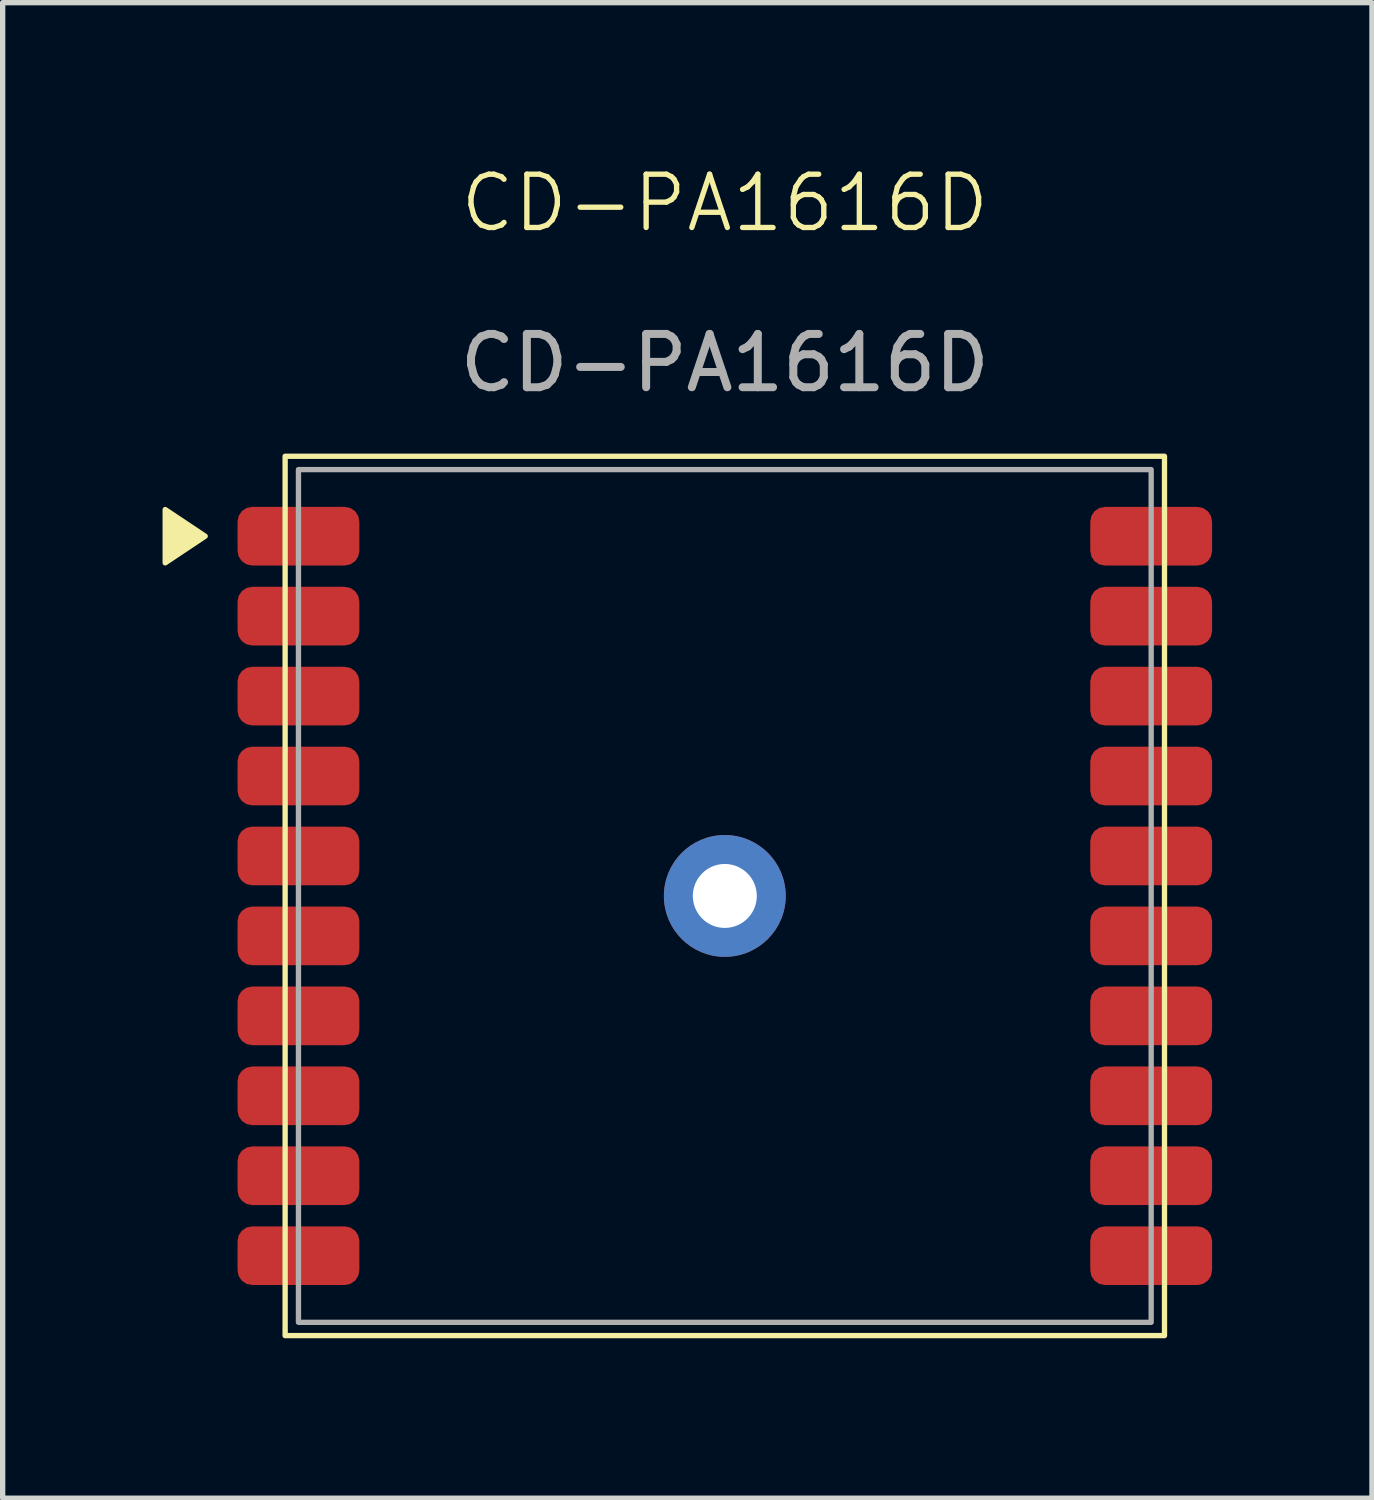
<source format=kicad_pcb>
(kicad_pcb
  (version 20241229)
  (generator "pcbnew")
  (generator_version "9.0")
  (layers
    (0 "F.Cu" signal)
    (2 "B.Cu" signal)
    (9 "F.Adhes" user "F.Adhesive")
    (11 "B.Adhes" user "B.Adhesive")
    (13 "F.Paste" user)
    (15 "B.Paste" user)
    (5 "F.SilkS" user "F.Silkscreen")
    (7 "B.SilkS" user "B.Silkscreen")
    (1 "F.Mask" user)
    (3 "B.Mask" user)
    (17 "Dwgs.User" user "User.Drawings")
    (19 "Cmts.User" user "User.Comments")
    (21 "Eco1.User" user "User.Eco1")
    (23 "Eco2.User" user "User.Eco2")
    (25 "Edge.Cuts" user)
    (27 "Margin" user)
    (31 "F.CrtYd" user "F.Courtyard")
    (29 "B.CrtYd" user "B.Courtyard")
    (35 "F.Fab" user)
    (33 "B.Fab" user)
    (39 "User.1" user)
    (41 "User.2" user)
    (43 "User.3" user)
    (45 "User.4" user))
  (footprint "CD-PA1616D"
    (layer "F.Cu")
    (at 10.55 13.761)
    (property "Reference" "CD-PA1616D" (at 0 -13 0) (unlocked yes) (layer "F.SilkS") (effects (font (size 1 1) (thickness 0.1))))
    (attr smd)
    (fp_rect (start -8.25 -8.25) (end 8.25 8.25) (stroke (width 0.1) (type default)) (fill no) (layer "F.SilkS"))
    (fp_poly (pts (xy -10.5 -7.25) (xy -9.75 -6.75) (xy -10.5 -6.25)) (stroke (width 0.1) (type solid)) (fill yes) (layer "F.SilkS"))
    (fp_rect (start -8 -8) (end 8 8) (stroke (width 0.1) (type default)) (fill no) (layer "F.Fab"))
    (fp_text user "${REFERENCE}" (at 0 -10 0) (unlocked yes) (layer "F.Fab") (effects (font (size 1 1) (thickness 0.15))))
    (pad "" thru_hole circle (at 0 0) (size 2.286 2.286) (drill 1.2) (layers "*.Cu" "*.Mask"))
    (pad "1" smd roundrect (at -8 -6.75) (size 2.286 1.1) (layers "F.Cu" "F.Mask" "F.Paste") (roundrect_rratio 0.25))
    (pad "2" smd roundrect (at -8 -5.25) (size 2.286 1.1) (layers "F.Cu" "F.Mask" "F.Paste") (roundrect_rratio 0.25))
    (pad "3" smd roundrect (at -8 -3.75) (size 2.286 1.1) (layers "F.Cu" "F.Mask" "F.Paste") (roundrect_rratio 0.25))
    (pad "4" smd roundrect (at -8 -2.25) (size 2.286 1.1) (layers "F.Cu" "F.Mask" "F.Paste") (roundrect_rratio 0.25))
    (pad "5" smd roundrect (at -8 -0.75) (size 2.286 1.1) (layers "F.Cu" "F.Mask" "F.Paste") (roundrect_rratio 0.25))
    (pad "6" smd roundrect (at -8 0.75) (size 2.286 1.1) (layers "F.Cu" "F.Mask" "F.Paste") (roundrect_rratio 0.25))
    (pad "7" smd roundrect (at -8 2.25) (size 2.286 1.1) (layers "F.Cu" "F.Mask" "F.Paste") (roundrect_rratio 0.25))
    (pad "8" smd roundrect (at -8 3.75) (size 2.286 1.1) (layers "F.Cu" "F.Mask" "F.Paste") (roundrect_rratio 0.25))
    (pad "9" smd roundrect (at -8 5.25) (size 2.286 1.1) (layers "F.Cu" "F.Mask" "F.Paste") (roundrect_rratio 0.25))
    (pad "10" smd roundrect (at -8 6.75) (size 2.286 1.1) (layers "F.Cu" "F.Mask" "F.Paste") (roundrect_rratio 0.25))
    (pad "11" smd roundrect (at 8 6.75) (size 2.286 1.1) (layers "F.Cu" "F.Mask" "F.Paste") (roundrect_rratio 0.25))
    (pad "12" smd roundrect (at 8 5.25) (size 2.286 1.1) (layers "F.Cu" "F.Mask" "F.Paste") (roundrect_rratio 0.25))
    (pad "13" smd roundrect (at 8 3.75) (size 2.286 1.1) (layers "F.Cu" "F.Mask" "F.Paste") (roundrect_rratio 0.25))
    (pad "14" smd roundrect (at 8 2.25) (size 2.286 1.1) (layers "F.Cu" "F.Mask" "F.Paste") (roundrect_rratio 0.25))
    (pad "15" smd roundrect (at 8 0.75) (size 2.286 1.1) (layers "F.Cu" "F.Mask" "F.Paste") (roundrect_rratio 0.25))
    (pad "16" smd roundrect (at 8 -0.75) (size 2.286 1.1) (layers "F.Cu" "F.Mask" "F.Paste") (roundrect_rratio 0.25))
    (pad "17" smd roundrect (at 8 -2.25) (size 2.286 1.1) (layers "F.Cu" "F.Mask" "F.Paste") (roundrect_rratio 0.25))
    (pad "18" smd roundrect (at 8 -3.75) (size 2.286 1.1) (layers "F.Cu" "F.Mask" "F.Paste") (roundrect_rratio 0.25))
    (pad "19" smd roundrect (at 8 -5.25) (size 2.286 1.1) (layers "F.Cu" "F.Mask" "F.Paste") (roundrect_rratio 0.25))
    (pad "20" smd roundrect (at 8 -6.75) (size 2.286 1.1) (layers "F.Cu" "F.Mask" "F.Paste") (roundrect_rratio 0.25)))
  (gr_rect
    (start -3 -3)
    (end 22.693 25.061)
    (stroke (width 0.1) (type default))
    (fill no)
    (layer "Edge.Cuts")))
</source>
